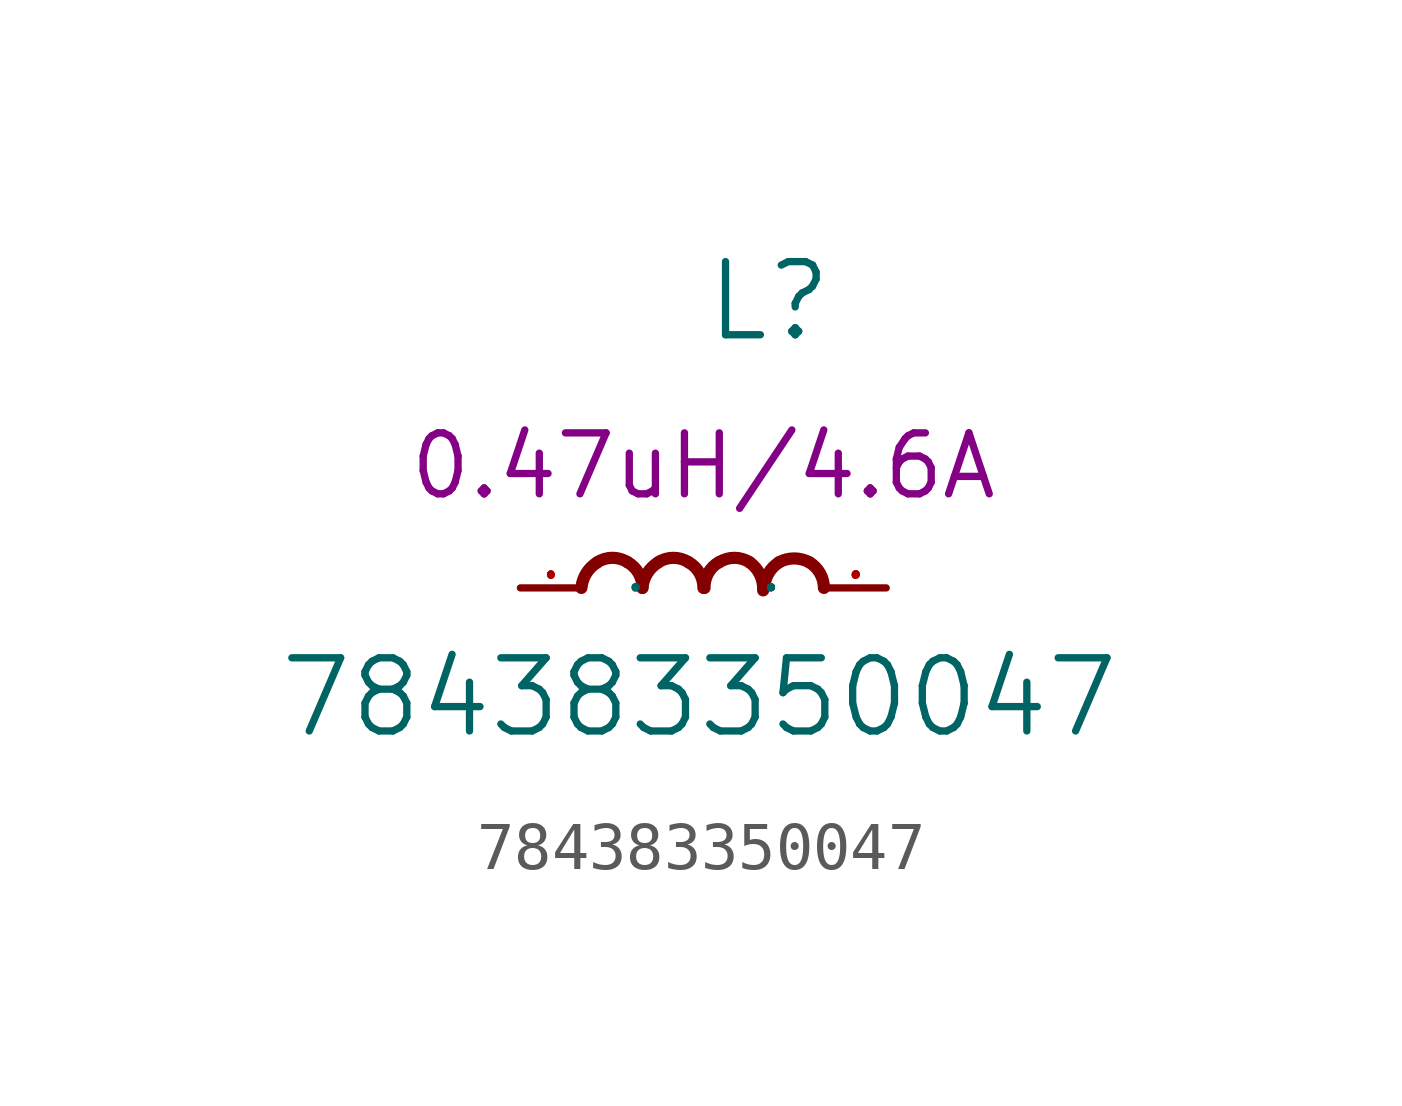
<source format=kicad_sym>
(kicad_symbol_lib
  (version 20211014)
  (generator kicad_symbol_editor)
  (symbol "784383350047"
    (pin_names
      (offset 1.016))
    (property "Reference" "L"
      (at 0 5.08 0)
      (effects (font (size 1.524 1.524)) (justify left bottom)))
    (property "Value" "784383350047"
      (at -8.89 -3.175 0)
      (effects (font (size 1.524 1.524)) (justify left bottom)))
    (property "Val" "0.47uH/4.6A"
      (at 0 2.54 0)
      (effects (font (size 1.27 1.27))))
    (symbol "784383350047_0_1"
      (pin passive line (at -3.81 0 0) (length 1.27) (name "P" (effects (font (size 0.025 0.025)))) (number "1" (effects (font (size 0.025 0.025)))))
      (pin passive line (at 3.81 0 180) (length 1.27) (name "P" (effects (font (size 0.025 0.025)))) (number "2" (effects (font (size 0.025 0.025))))))
    (symbol "784383350047_1_1"
      (arc (start -2.2098 0.5334) (mid -2.4364 0.3084) (end -2.54 0) (stroke (width 0.254) (type default) (color 0 0 0 0)) (fill (type none)))
      (arc (start -1.5748 0.5334) (mid -1.894 0.6272) (end -2.2098 0.5334) (stroke (width 0.254) (type default) (color 0 0 0 0)) (fill (type none)))
      (arc (start -1.27 0) (mid -1.3503 0.309) (end -1.5748 0.5334) (stroke (width 0.254) (type default) (color 0 0 0 0)) (fill (type none)))
      (arc (start -0.9398 0.5334) (mid -1.1664 0.3084) (end -1.27 0) (stroke (width 0.254) (type default) (color 0 0 0 0)) (fill (type none)))
      (arc (start -0.3048 0.5334) (mid -0.624 0.6272) (end -0.9398 0.5334) (stroke (width 0.254) (type default) (color 0 0 0 0)) (fill (type none)))
      (arc (start 0 0) (mid -0.0803 0.309) (end -0.3048 0.5334) (stroke (width 0.254) (type default) (color 0 0 0 0)) (fill (type none)))
      (arc (start 0.3302 0.5334) (mid 0.1036 0.3084) (end 0.0254 0) (stroke (width 0.254) (type default) (color 0 0 0 0)) (fill (type none)))
      (arc (start 0.9652 0.5334) (mid 0.646 0.6272) (end 0.3302 0.5334) (stroke (width 0.254) (type default) (color 0 0 0 0)) (fill (type none)))
      (arc (start 1.2446 -0.0508) (mid 1.1813 0.2752) (end 0.9652 0.5334) (stroke (width 0.254) (type default) (color 0 0 0 0)) (fill (type none)))
      (arc (start 1.5748 0.5334) (mid 1.357 0.3053) (end 1.27 0) (stroke (width 0.254) (type default) (color 0 0 0 0)) (fill (type none)))
      (arc (start 2.2098 0.5334) (mid 1.8942 0.6142) (end 1.5748 0.5334) (stroke (width 0.254) (type default) (color 0 0 0 0)) (fill (type none)))
      (arc (start 2.5146 0) (mid 2.4322 0.306) (end 2.2098 0.5334) (stroke (width 0.254) (type default) (color 0 0 0 0)) (fill (type none))))))
</source>
